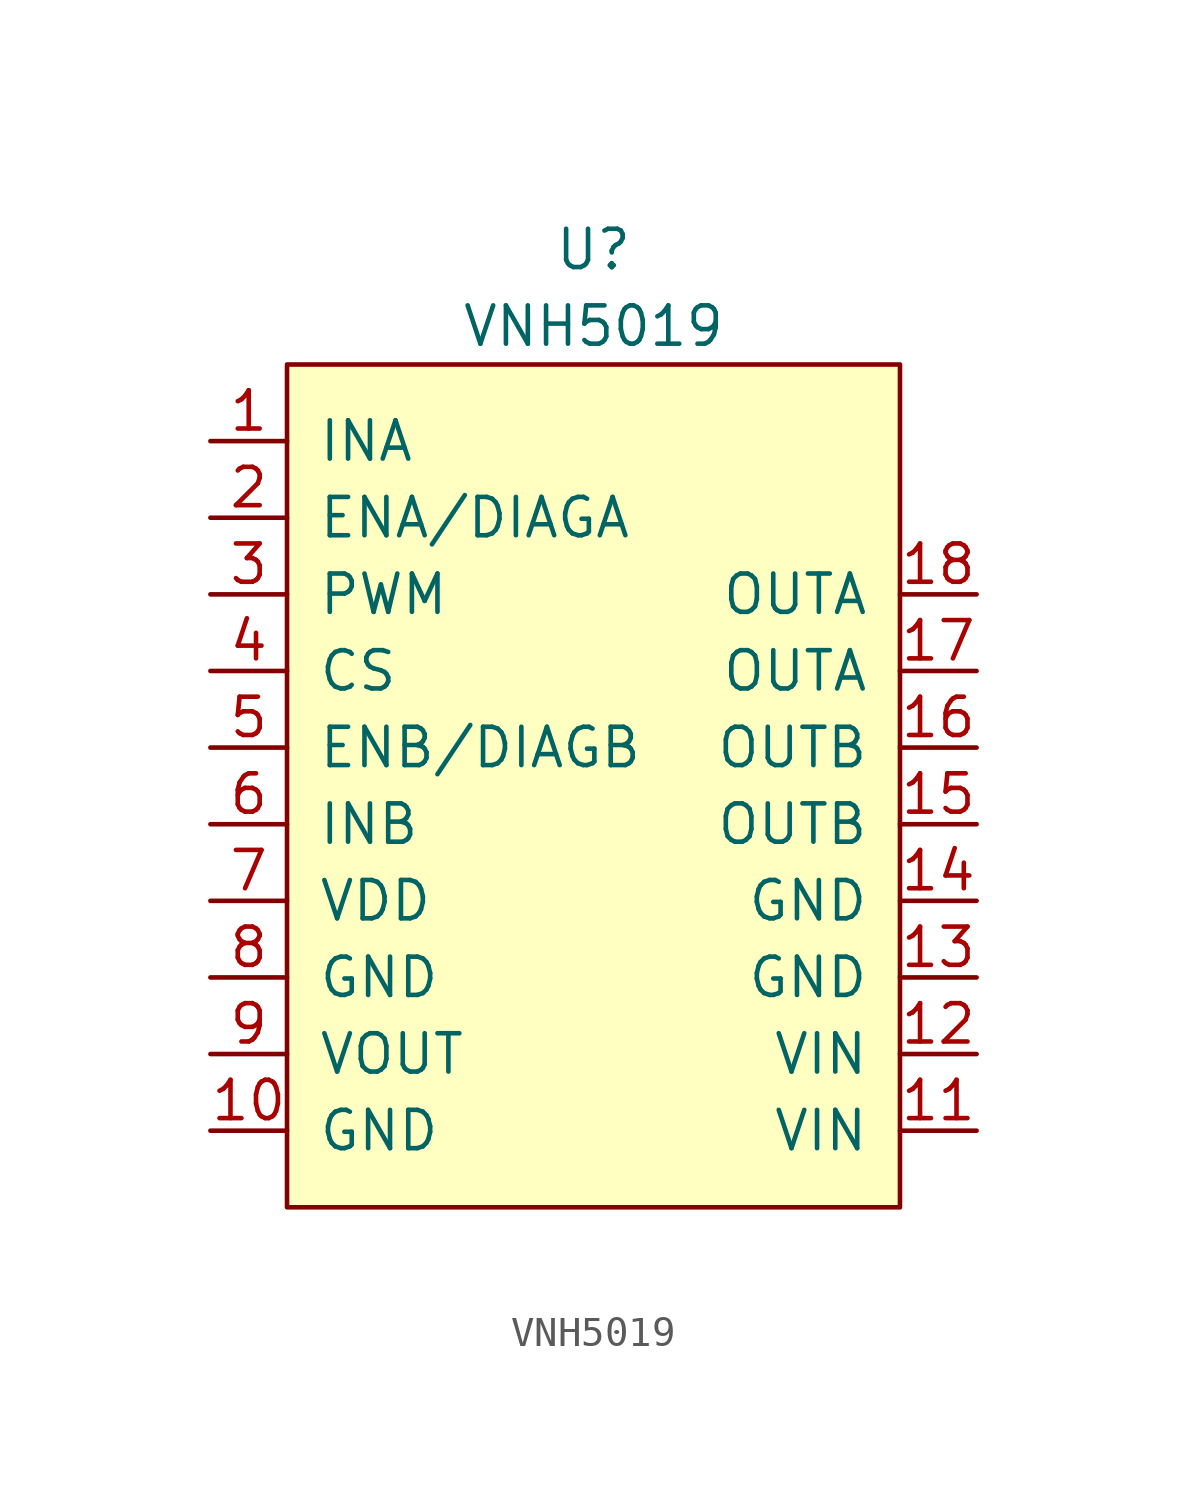
<source format=kicad_sym>
(kicad_symbol_lib
  (version 20211014)
  (generator kicad_symbol_editor)
  (symbol "VNH5019"
    (pin_names
      (offset 1.016))
    (property "Reference" "U"
      (at 0 2.54 0)
      (effects (font (size 1.27 1.27))))
    (property "Value" "VNH5019"
      (at 0 0 0)
      (effects (font (size 1.27 1.27))))
    (symbol "VNH5019_0_1"
      (rectangle (start -10.16 -1.27) (end 10.16 -29.21) (stroke (width 0) (type default) (color 0 0 0 0)) (fill (type background))))
    (symbol "VNH5019_1_1"
      (pin input line (at -12.7 -3.81 0) (length 2.54) (name "INA" (effects (font (size 1.27 1.27)))) (number "1" (effects (font (size 1.27 1.27)))))
      (pin power_in line (at -12.7 -26.67 0) (length 2.54) (name "GND" (effects (font (size 1.27 1.27)))) (number "10" (effects (font (size 1.27 1.27)))))
      (pin power_in line (at 12.7 -26.67 180) (length 2.54) (name "VIN" (effects (font (size 1.27 1.27)))) (number "11" (effects (font (size 1.27 1.27)))))
      (pin power_in line (at 12.7 -24.13 180) (length 2.54) (name "VIN" (effects (font (size 1.27 1.27)))) (number "12" (effects (font (size 1.27 1.27)))))
      (pin power_in line (at 12.7 -21.59 180) (length 2.54) (name "GND" (effects (font (size 1.27 1.27)))) (number "13" (effects (font (size 1.27 1.27)))))
      (pin power_in line (at 12.7 -19.05 180) (length 2.54) (name "GND" (effects (font (size 1.27 1.27)))) (number "14" (effects (font (size 1.27 1.27)))))
      (pin output line (at 12.7 -16.51 180) (length 2.54) (name "OUTB" (effects (font (size 1.27 1.27)))) (number "15" (effects (font (size 1.27 1.27)))))
      (pin output line (at 12.7 -13.97 180) (length 2.54) (name "OUTB" (effects (font (size 1.27 1.27)))) (number "16" (effects (font (size 1.27 1.27)))))
      (pin output line (at 12.7 -11.43 180) (length 2.54) (name "OUTA" (effects (font (size 1.27 1.27)))) (number "17" (effects (font (size 1.27 1.27)))))
      (pin output line (at 12.7 -8.89 180) (length 2.54) (name "OUTA" (effects (font (size 1.27 1.27)))) (number "18" (effects (font (size 1.27 1.27)))))
      (pin input line (at -12.7 -6.35 0) (length 2.54) (name "ENA/DIAGA" (effects (font (size 1.27 1.27)))) (number "2" (effects (font (size 1.27 1.27)))))
      (pin input line (at -12.7 -8.89 0) (length 2.54) (name "PWM" (effects (font (size 1.27 1.27)))) (number "3" (effects (font (size 1.27 1.27)))))
      (pin output line (at -12.7 -11.43 0) (length 2.54) (name "CS" (effects (font (size 1.27 1.27)))) (number "4" (effects (font (size 1.27 1.27)))))
      (pin input line (at -12.7 -13.97 0) (length 2.54) (name "ENB/DIAGB" (effects (font (size 1.27 1.27)))) (number "5" (effects (font (size 1.27 1.27)))))
      (pin input line (at -12.7 -16.51 0) (length 2.54) (name "INB" (effects (font (size 1.27 1.27)))) (number "6" (effects (font (size 1.27 1.27)))))
      (pin power_in line (at -12.7 -19.05 0) (length 2.54) (name "VDD" (effects (font (size 1.27 1.27)))) (number "7" (effects (font (size 1.27 1.27)))))
      (pin power_in line (at -12.7 -21.59 0) (length 2.54) (name "GND" (effects (font (size 1.27 1.27)))) (number "8" (effects (font (size 1.27 1.27)))))
      (pin output line (at -12.7 -24.13 0) (length 2.54) (name "VOUT" (effects (font (size 1.27 1.27)))) (number "9" (effects (font (size 1.27 1.27))))))))
</source>
